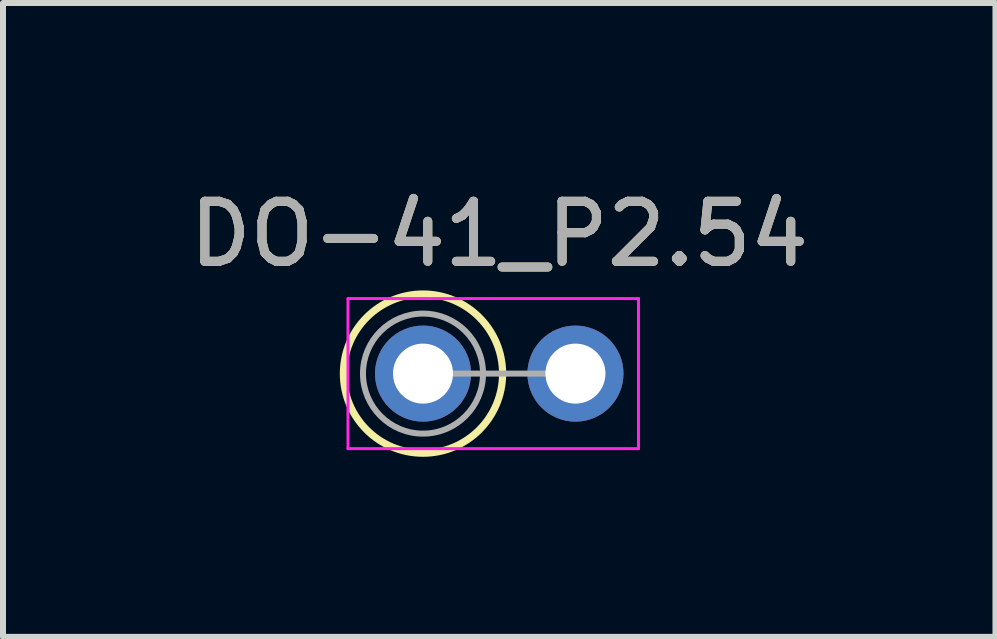
<source format=kicad_pcb>
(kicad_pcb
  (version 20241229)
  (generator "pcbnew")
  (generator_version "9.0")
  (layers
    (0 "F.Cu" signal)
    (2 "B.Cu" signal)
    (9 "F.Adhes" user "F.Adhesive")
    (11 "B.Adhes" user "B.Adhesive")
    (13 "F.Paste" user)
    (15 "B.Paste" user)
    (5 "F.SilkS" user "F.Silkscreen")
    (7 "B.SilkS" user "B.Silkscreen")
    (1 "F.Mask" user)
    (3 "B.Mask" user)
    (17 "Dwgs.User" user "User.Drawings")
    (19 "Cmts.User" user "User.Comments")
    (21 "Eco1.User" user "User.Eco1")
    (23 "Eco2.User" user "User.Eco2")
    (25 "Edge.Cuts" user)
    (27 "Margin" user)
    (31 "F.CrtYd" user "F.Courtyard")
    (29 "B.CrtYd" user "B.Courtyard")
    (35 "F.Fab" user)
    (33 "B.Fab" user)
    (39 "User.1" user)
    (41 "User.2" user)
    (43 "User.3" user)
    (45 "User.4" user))
  (footprint "DO-41_P2.54"
    (layer "F.Cu")
    (at 5.268 3.175)
    (property "Reference" "DO-41_P2.54" (at 0 -2.326 0) (layer "F.SilkS") (effects (font (size 1 1) (thickness 0.15))))
    (attr through_hole)
    (fp_circle (center -1.27 0) (end 0.056 0) (stroke (width 0.12) (type solid)) (fill no) (layer "F.SilkS"))
    (fp_line (start -2.52 -1.25) (end -2.52 1.25) (stroke (width 0.05) (type solid)) (layer "F.CrtYd"))
    (fp_line (start -2.52 1.25) (end 2.32 1.25) (stroke (width 0.05) (type solid)) (layer "F.CrtYd"))
    (fp_line (start 2.32 -1.25) (end -2.52 -1.25) (stroke (width 0.05) (type solid)) (layer "F.CrtYd"))
    (fp_line (start 2.32 1.25) (end 2.32 -1.25) (stroke (width 0.05) (type solid)) (layer "F.CrtYd"))
    (fp_line (start -1.27 0) (end 1.27 0) (stroke (width 0.1) (type solid)) (layer "F.Fab"))
    (fp_circle (center -1.27 0) (end -0.27 0) (stroke (width 0.1) (type solid)) (fill no) (layer "F.Fab"))
    (fp_text user "${REFERENCE}" (at 0 -2.326 0) (layer "F.Fab") (effects (font (size 1 1) (thickness 0.15))))
    (pad "1" thru_hole circle (at -1.27 0) (size 1.6 1.6) (drill 1) (layers "*.Cu" "*.Mask"))
    (pad "2" thru_hole oval (at 1.27 0) (size 1.6 1.6) (drill 1) (layers "*.Cu" "*.Mask")))
  (gr_rect
    (start -3 -3)
    (end 13.536 7.561)
    (stroke (width 0.1) (type default))
    (fill no)
    (layer "Edge.Cuts")))
</source>
